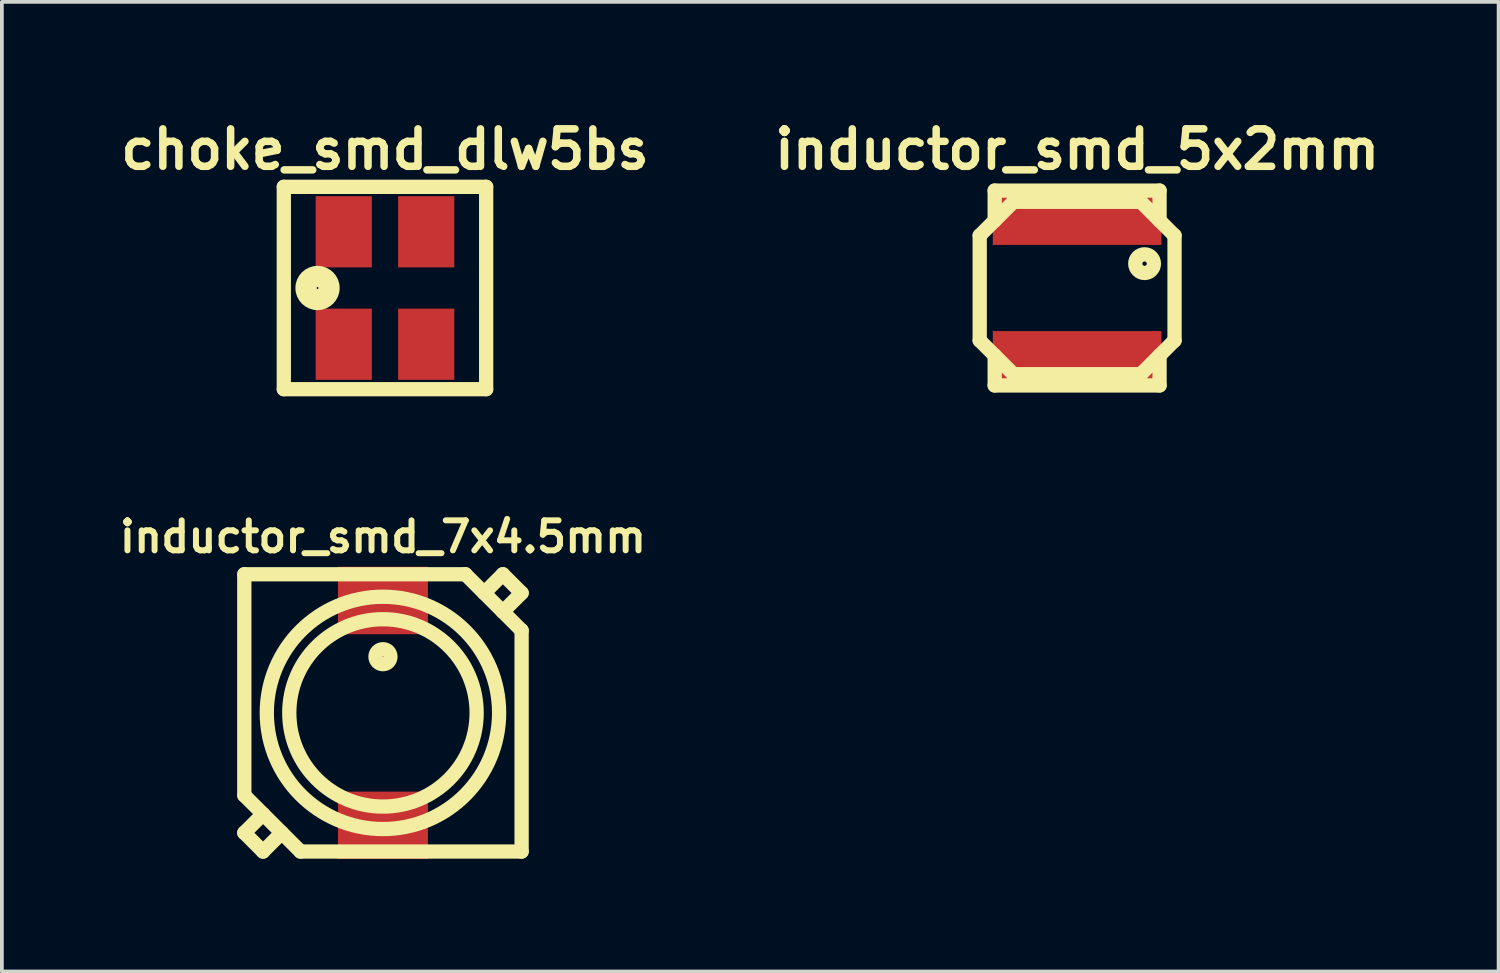
<source format=kicad_pcb>
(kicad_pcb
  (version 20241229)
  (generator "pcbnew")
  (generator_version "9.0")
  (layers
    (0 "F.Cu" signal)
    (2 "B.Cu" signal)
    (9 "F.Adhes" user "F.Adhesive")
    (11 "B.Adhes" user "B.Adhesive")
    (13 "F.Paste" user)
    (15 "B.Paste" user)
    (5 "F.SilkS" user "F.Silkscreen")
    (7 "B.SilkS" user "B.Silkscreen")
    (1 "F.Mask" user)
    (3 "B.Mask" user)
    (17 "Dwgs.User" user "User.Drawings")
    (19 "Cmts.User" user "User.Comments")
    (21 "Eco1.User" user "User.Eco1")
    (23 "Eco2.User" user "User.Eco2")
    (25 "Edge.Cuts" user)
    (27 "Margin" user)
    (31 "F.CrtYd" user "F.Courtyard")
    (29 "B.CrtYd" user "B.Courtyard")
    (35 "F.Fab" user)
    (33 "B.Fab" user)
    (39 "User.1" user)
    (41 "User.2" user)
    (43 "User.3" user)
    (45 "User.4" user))
  (footprint "inductor_smd_5x2mm"
    (layer "F.Cu")
    (at 25.695 4.636)
    (property "Reference" "inductor_smd_5x2mm" (at 0 -3.7 0) (layer "F.SilkS") (effects (font (size 1 1) (thickness 0.2))))
    (attr through_hole)
    (fp_line (start -2.6 1.4) (end -2.6 -1.4) (stroke (width 0.381) (type solid)) (layer "F.SilkS"))
    (fp_line (start -2.2 -2.6) (end 2.2 -2.6) (stroke (width 0.381) (type solid)) (layer "F.SilkS"))
    (fp_line (start -2.2 -1.8) (end -2.2 -2.6) (stroke (width 0.381) (type solid)) (layer "F.SilkS"))
    (fp_line (start -2.2 1.8) (end -2.2 2.6) (stroke (width 0.381) (type solid)) (layer "F.SilkS"))
    (fp_line (start -2.2 2.6) (end 2.2 2.6) (stroke (width 0.381) (type solid)) (layer "F.SilkS"))
    (fp_line (start -1.7 -2.3) (end -2.6 -1.4) (stroke (width 0.381) (type solid)) (layer "F.SilkS"))
    (fp_line (start -1.7 -2.3) (end 1.7 -2.3) (stroke (width 0.381) (type solid)) (layer "F.SilkS"))
    (fp_line (start -1.7 2.3) (end -2.6 1.4) (stroke (width 0.381) (type solid)) (layer "F.SilkS"))
    (fp_line (start 1.7 -2.3) (end 2.6 -1.4) (stroke (width 0.381) (type solid)) (layer "F.SilkS"))
    (fp_line (start 1.7 2.3) (end -1.7 2.3) (stroke (width 0.381) (type solid)) (layer "F.SilkS"))
    (fp_line (start 1.7 2.3) (end 2.6 1.4) (stroke (width 0.381) (type solid)) (layer "F.SilkS"))
    (fp_line (start 2.2 -2.6) (end 2.2 -1.8) (stroke (width 0.381) (type solid)) (layer "F.SilkS"))
    (fp_line (start 2.2 2.6) (end 2.2 1.8) (stroke (width 0.381) (type solid)) (layer "F.SilkS"))
    (fp_line (start 2.6 1.4) (end 2.6 -1.4) (stroke (width 0.381) (type solid)) (layer "F.SilkS"))
    (fp_circle (center 1.8 -0.65) (end 1.8 -0.401) (stroke (width 0.381) (type solid)) (fill no) (layer "F.SilkS"))
    (pad "1" smd rect (at 0 -1.95) (size 4.5 1.6) (layers "F.Cu" "F.Mask" "F.Paste"))
    (pad "2" smd rect (at 0 1.95) (size 4.5 1.6) (layers "F.Cu" "F.Mask" "F.Paste")))
  (footprint "inductor_smd_7x4.5mm"
    (layer "F.Cu")
    (at 7.17 15.975)
    (property "Reference" "inductor_smd_7x4.5mm" (at 0 -4.7 0) (layer "F.SilkS") (effects (font (size 0.8 0.8) (thickness 0.16))))
    (attr through_hole)
    (fp_line (start -3.7 -3.7) (end -3.7 2.2) (stroke (width 0.381) (type solid)) (layer "F.SilkS"))
    (fp_line (start -3.7 -3.7) (end 2.2 -3.7) (stroke (width 0.381) (type solid)) (layer "F.SilkS"))
    (fp_line (start -3.7 2.2) (end -2.2 3.7) (stroke (width 0.381) (type solid)) (layer "F.SilkS"))
    (fp_line (start -3.7 3.2) (end -3.2 3.7) (stroke (width 0.381) (type solid)) (layer "F.SilkS"))
    (fp_line (start -3.2 2.7) (end -3.7 3.2) (stroke (width 0.381) (type solid)) (layer "F.SilkS"))
    (fp_line (start -3.2 3.7) (end -2.7 3.2) (stroke (width 0.381) (type solid)) (layer "F.SilkS"))
    (fp_line (start -2.2 3.7) (end 3.7 3.7) (stroke (width 0.381) (type solid)) (layer "F.SilkS"))
    (fp_line (start 2.2 -3.7) (end 3.7 -2.2) (stroke (width 0.381) (type solid)) (layer "F.SilkS"))
    (fp_line (start 2.7 -3.2) (end 3.2 -3.7) (stroke (width 0.381) (type solid)) (layer "F.SilkS"))
    (fp_line (start 3.2 -3.7) (end 3.7 -3.2) (stroke (width 0.381) (type solid)) (layer "F.SilkS"))
    (fp_line (start 3.7 -3.2) (end 3.2 -2.7) (stroke (width 0.381) (type solid)) (layer "F.SilkS"))
    (fp_line (start 3.7 -2.2) (end 3.7 3.7) (stroke (width 0.381) (type solid)) (layer "F.SilkS"))
    (fp_circle (center 0 -1.5) (end 0.2 -1.5) (stroke (width 0.381) (type solid)) (fill no) (layer "F.SilkS"))
    (fp_circle (center 0 0) (end 2.5 0) (stroke (width 0.381) (type solid)) (fill no) (layer "F.SilkS"))
    (fp_circle (center 0 0) (end 3.1 0) (stroke (width 0.381) (type solid)) (fill no) (layer "F.SilkS"))
    (pad "1" smd rect (at 0 -3) (size 2.4 1.8) (layers "F.Cu" "F.Mask" "F.Paste"))
    (pad "2" smd rect (at 0 3) (size 2.4 1.8) (layers "F.Cu" "F.Mask" "F.Paste")))
  (footprint "choke_smd_dlw5bs"
    (layer "F.Cu")
    (at 7.224 4.636)
    (property "Reference" "choke_smd_dlw5bs" (at 0 -3.7 0) (layer "F.SilkS") (effects (font (size 1 1) (thickness 0.2))))
    (attr through_hole)
    (fp_line (start -2.7 2.7) (end -2.7 -2.7) (stroke (width 0.381) (type solid)) (layer "F.SilkS"))
    (fp_line (start -2.7 2.7) (end 2.7 2.7) (stroke (width 0.381) (type solid)) (layer "F.SilkS"))
    (fp_line (start 2.7 -2.7) (end -2.7 -2.7) (stroke (width 0.381) (type solid)) (layer "F.SilkS"))
    (fp_line (start 2.7 2.7) (end 2.7 -2.7) (stroke (width 0.381) (type solid)) (layer "F.SilkS"))
    (fp_circle (center -1.8 0) (end -2.2 0) (stroke (width 0.381) (type solid)) (fill no) (layer "F.SilkS"))
    (fp_circle (center -1.8 0) (end -1.7 0) (stroke (width 0.15) (type solid)) (fill no) (layer "F.SilkS"))
    (fp_circle (center -1.8 0) (end -1.6 0) (stroke (width 0.15) (type solid)) (fill no) (layer "F.SilkS"))
    (pad "1" smd rect (at -1.1 1.5) (size 1.5 1.9) (layers "F.Cu" "F.Mask" "F.Paste"))
    (pad "2" smd rect (at 1.1 1.5) (size 1.5 1.9) (layers "F.Cu" "F.Mask" "F.Paste"))
    (pad "3" smd rect (at 1.1 -1.5) (size 1.5 1.9) (layers "F.Cu" "F.Mask" "F.Paste"))
    (pad "4" smd rect (at -1.1 -1.5) (size 1.5 1.9) (layers "F.Cu" "F.Mask" "F.Paste")))
  (gr_rect
    (start -3 -3)
    (end 36.943 22.875)
    (stroke (width 0.1) (type default))
    (fill no)
    (layer "Edge.Cuts")))
</source>
